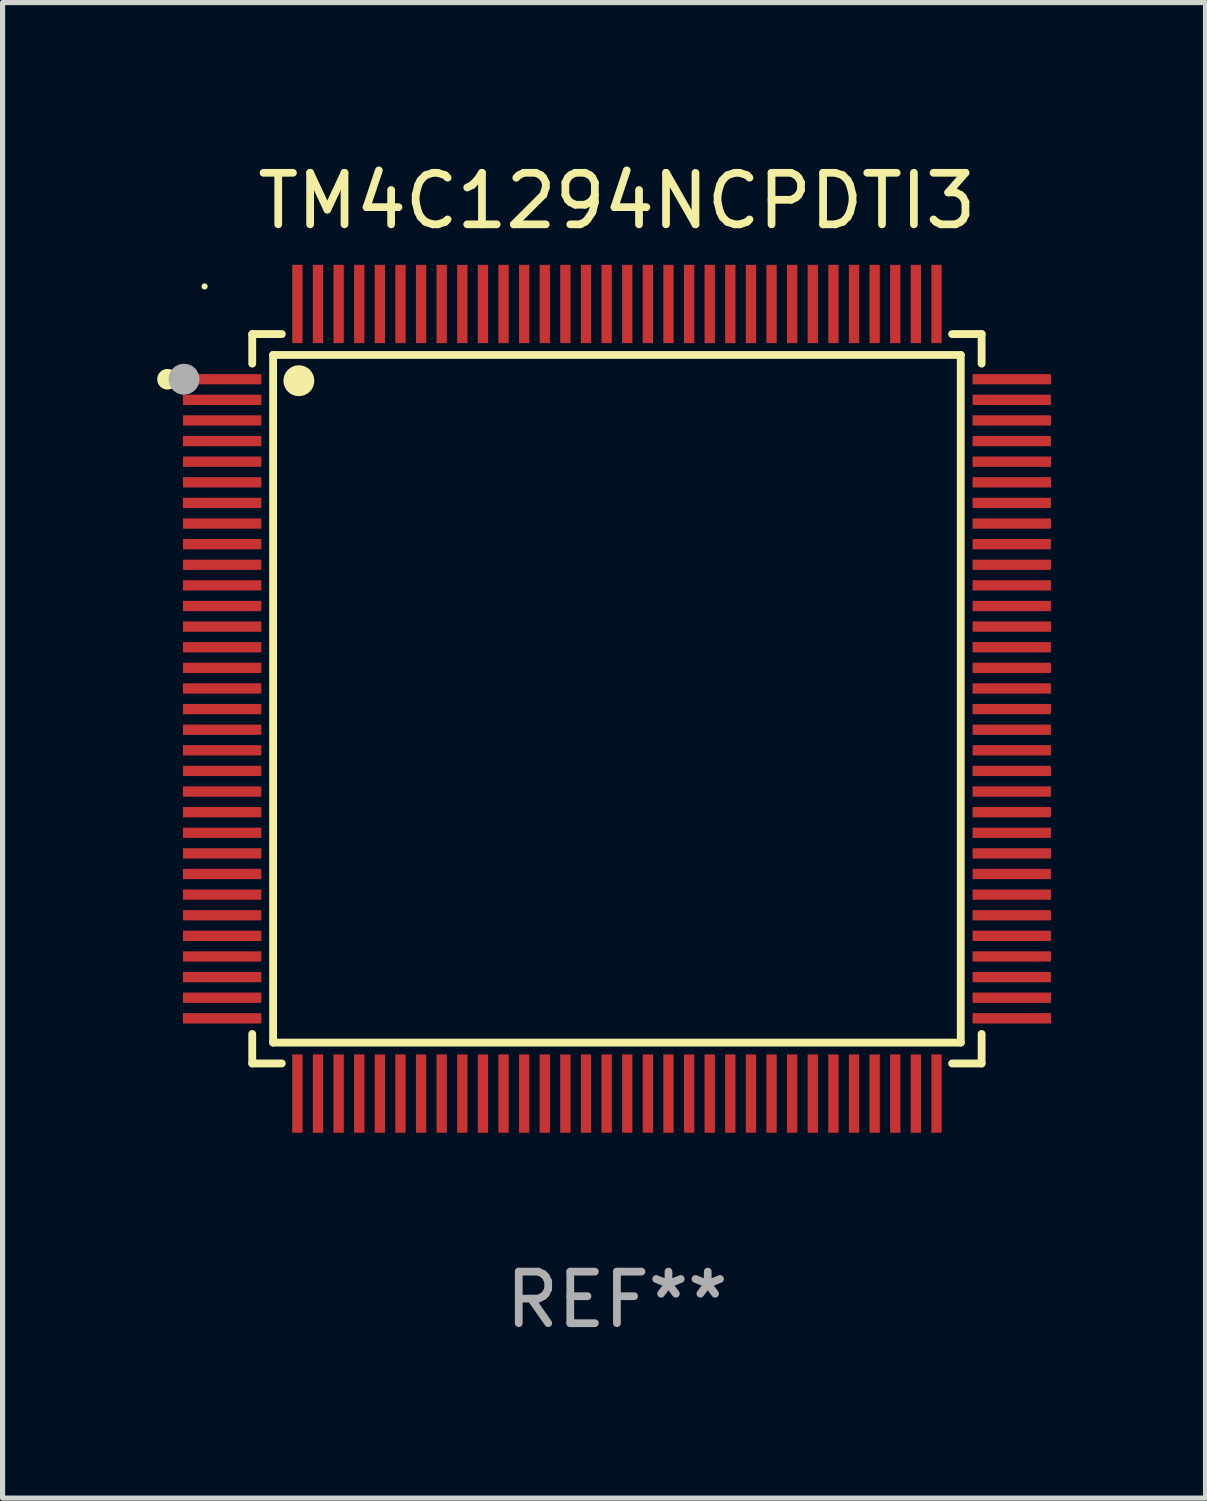
<source format=kicad_pcb>
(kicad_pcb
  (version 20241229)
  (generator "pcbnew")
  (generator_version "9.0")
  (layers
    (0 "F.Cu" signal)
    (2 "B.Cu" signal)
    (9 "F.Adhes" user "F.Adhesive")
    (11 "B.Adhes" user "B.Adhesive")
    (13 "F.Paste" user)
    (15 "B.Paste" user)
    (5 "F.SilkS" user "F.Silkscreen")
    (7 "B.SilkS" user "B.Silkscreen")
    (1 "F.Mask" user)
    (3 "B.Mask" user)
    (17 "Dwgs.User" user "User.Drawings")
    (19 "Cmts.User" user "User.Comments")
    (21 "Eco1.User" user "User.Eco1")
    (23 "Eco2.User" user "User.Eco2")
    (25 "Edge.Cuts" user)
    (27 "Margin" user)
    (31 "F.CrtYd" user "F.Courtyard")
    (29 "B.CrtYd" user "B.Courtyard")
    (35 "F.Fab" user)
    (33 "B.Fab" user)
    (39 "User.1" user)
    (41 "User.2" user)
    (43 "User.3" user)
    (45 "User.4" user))
  (footprint "TM4C1294NCPDTI3"
    (layer "F.Cu")
    (at 8.92 10.508)
    (property "Reference" "TM4C1294NCPDTI3" (at 0 -9.66 0) (layer "F.SilkS") (effects (font (size 1 1) (thickness 0.15))))
    (attr through_hole)
    (fp_line (start -7.076 -7.076) (end -7.076 -6.502) (stroke (width 0.152) (type solid)) (layer "F.SilkS"))
    (fp_line (start -7.076 7.076) (end -7.076 6.503) (stroke (width 0.152) (type solid)) (layer "F.SilkS"))
    (fp_line (start -6.671 -6.671) (end 6.671 -6.671) (stroke (width 0.152) (type solid)) (layer "F.SilkS"))
    (fp_line (start -6.671 6.671) (end -6.671 -6.671) (stroke (width 0.152) (type solid)) (layer "F.SilkS"))
    (fp_line (start -6.502 -7.076) (end -7.076 -7.076) (stroke (width 0.152) (type solid)) (layer "F.SilkS"))
    (fp_line (start -6.502 7.076) (end -7.076 7.076) (stroke (width 0.152) (type solid)) (layer "F.SilkS"))
    (fp_line (start 6.503 -7.076) (end 7.076 -7.076) (stroke (width 0.152) (type solid)) (layer "F.SilkS"))
    (fp_line (start 6.503 7.076) (end 7.076 7.076) (stroke (width 0.152) (type solid)) (layer "F.SilkS"))
    (fp_line (start 6.671 -6.671) (end 6.671 6.671) (stroke (width 0.152) (type solid)) (layer "F.SilkS"))
    (fp_line (start 6.671 6.671) (end -6.671 6.671) (stroke (width 0.152) (type solid)) (layer "F.SilkS"))
    (fp_line (start 7.076 -7.076) (end 7.076 -6.502) (stroke (width 0.152) (type solid)) (layer "F.SilkS"))
    (fp_line (start 7.076 7.076) (end 7.076 6.503) (stroke (width 0.152) (type solid)) (layer "F.SilkS"))
    (fp_circle (center -8.72 -6.2) (end -8.62 -6.2) (stroke (width 0.2) (type solid)) (fill no) (layer "F.SilkS"))
    (fp_circle (center -8 -8) (end -7.97 -8) (stroke (width 0.06) (type solid)) (fill no) (layer "F.SilkS"))
    (fp_circle (center -6.171 -6.171) (end -6.021 -6.171) (stroke (width 0.3) (type solid)) (fill no) (layer "F.SilkS"))
    (fp_circle (center -8.4 -6.2) (end -8.25 -6.2) (stroke (width 0.3) (type solid)) (fill no) (layer "F.Fab"))
    (fp_text user "REF**" (at 0 11.66 0) (layer "F.Fab") (effects (font (size 1 1) (thickness 0.15))))
    (pad "1" smd rect (at -7.66 -6.2 270) (size 0.2 1.52) (layers "F.Cu" "F.Mask" "F.Paste"))
    (pad "2" smd rect (at -7.66 -5.8 270) (size 0.2 1.52) (layers "F.Cu" "F.Mask" "F.Paste"))
    (pad "3" smd rect (at -7.66 -5.4 270) (size 0.2 1.52) (layers "F.Cu" "F.Mask" "F.Paste"))
    (pad "4" smd rect (at -7.66 -5 270) (size 0.2 1.52) (layers "F.Cu" "F.Mask" "F.Paste"))
    (pad "5" smd rect (at -7.66 -4.6 270) (size 0.2 1.52) (layers "F.Cu" "F.Mask" "F.Paste"))
    (pad "6" smd rect (at -7.66 -4.2 270) (size 0.2 1.52) (layers "F.Cu" "F.Mask" "F.Paste"))
    (pad "7" smd rect (at -7.66 -3.8 270) (size 0.2 1.52) (layers "F.Cu" "F.Mask" "F.Paste"))
    (pad "8" smd rect (at -7.66 -3.4 270) (size 0.2 1.52) (layers "F.Cu" "F.Mask" "F.Paste"))
    (pad "9" smd rect (at -7.66 -3 270) (size 0.2 1.52) (layers "F.Cu" "F.Mask" "F.Paste"))
    (pad "10" smd rect (at -7.66 -2.6 270) (size 0.2 1.52) (layers "F.Cu" "F.Mask" "F.Paste"))
    (pad "11" smd rect (at -7.66 -2.2 270) (size 0.2 1.52) (layers "F.Cu" "F.Mask" "F.Paste"))
    (pad "12" smd rect (at -7.66 -1.8 270) (size 0.2 1.52) (layers "F.Cu" "F.Mask" "F.Paste"))
    (pad "13" smd rect (at -7.66 -1.4 270) (size 0.2 1.52) (layers "F.Cu" "F.Mask" "F.Paste"))
    (pad "14" smd rect (at -7.66 -1 270) (size 0.2 1.52) (layers "F.Cu" "F.Mask" "F.Paste"))
    (pad "15" smd rect (at -7.66 -0.6 270) (size 0.2 1.52) (layers "F.Cu" "F.Mask" "F.Paste"))
    (pad "16" smd rect (at -7.66 -0.2 270) (size 0.2 1.52) (layers "F.Cu" "F.Mask" "F.Paste"))
    (pad "17" smd rect (at -7.66 0.2 270) (size 0.2 1.52) (layers "F.Cu" "F.Mask" "F.Paste"))
    (pad "18" smd rect (at -7.66 0.6 270) (size 0.2 1.52) (layers "F.Cu" "F.Mask" "F.Paste"))
    (pad "19" smd rect (at -7.66 1 270) (size 0.2 1.52) (layers "F.Cu" "F.Mask" "F.Paste"))
    (pad "20" smd rect (at -7.66 1.4 270) (size 0.2 1.52) (layers "F.Cu" "F.Mask" "F.Paste"))
    (pad "21" smd rect (at -7.66 1.8 270) (size 0.2 1.52) (layers "F.Cu" "F.Mask" "F.Paste"))
    (pad "22" smd rect (at -7.66 2.2 270) (size 0.2 1.52) (layers "F.Cu" "F.Mask" "F.Paste"))
    (pad "23" smd rect (at -7.66 2.6 270) (size 0.2 1.52) (layers "F.Cu" "F.Mask" "F.Paste"))
    (pad "24" smd rect (at -7.66 3 270) (size 0.2 1.52) (layers "F.Cu" "F.Mask" "F.Paste"))
    (pad "25" smd rect (at -7.66 3.4 270) (size 0.2 1.52) (layers "F.Cu" "F.Mask" "F.Paste"))
    (pad "26" smd rect (at -7.66 3.8 270) (size 0.2 1.52) (layers "F.Cu" "F.Mask" "F.Paste"))
    (pad "27" smd rect (at -7.66 4.2 270) (size 0.2 1.52) (layers "F.Cu" "F.Mask" "F.Paste"))
    (pad "28" smd rect (at -7.66 4.6 270) (size 0.2 1.52) (layers "F.Cu" "F.Mask" "F.Paste"))
    (pad "29" smd rect (at -7.66 5 270) (size 0.2 1.52) (layers "F.Cu" "F.Mask" "F.Paste"))
    (pad "30" smd rect (at -7.66 5.4 270) (size 0.2 1.52) (layers "F.Cu" "F.Mask" "F.Paste"))
    (pad "31" smd rect (at -7.66 5.8 270) (size 0.2 1.52) (layers "F.Cu" "F.Mask" "F.Paste"))
    (pad "32" smd rect (at -7.66 6.2 270) (size 0.2 1.52) (layers "F.Cu" "F.Mask" "F.Paste"))
    (pad "33" smd rect (at -6.2 7.66 270) (size 1.52 0.2) (layers "F.Cu" "F.Mask" "F.Paste"))
    (pad "34" smd rect (at -5.8 7.66 270) (size 1.52 0.2) (layers "F.Cu" "F.Mask" "F.Paste"))
    (pad "35" smd rect (at -5.4 7.66 270) (size 1.52 0.2) (layers "F.Cu" "F.Mask" "F.Paste"))
    (pad "36" smd rect (at -5 7.66 270) (size 1.52 0.2) (layers "F.Cu" "F.Mask" "F.Paste"))
    (pad "37" smd rect (at -4.6 7.66 270) (size 1.52 0.2) (layers "F.Cu" "F.Mask" "F.Paste"))
    (pad "38" smd rect (at -4.2 7.66 270) (size 1.52 0.2) (layers "F.Cu" "F.Mask" "F.Paste"))
    (pad "39" smd rect (at -3.8 7.66 270) (size 1.52 0.2) (layers "F.Cu" "F.Mask" "F.Paste"))
    (pad "40" smd rect (at -3.4 7.66 270) (size 1.52 0.2) (layers "F.Cu" "F.Mask" "F.Paste"))
    (pad "41" smd rect (at -3 7.66 270) (size 1.52 0.2) (layers "F.Cu" "F.Mask" "F.Paste"))
    (pad "42" smd rect (at -2.6 7.66 270) (size 1.52 0.2) (layers "F.Cu" "F.Mask" "F.Paste"))
    (pad "43" smd rect (at -2.2 7.66 270) (size 1.52 0.2) (layers "F.Cu" "F.Mask" "F.Paste"))
    (pad "44" smd rect (at -1.8 7.66 270) (size 1.52 0.2) (layers "F.Cu" "F.Mask" "F.Paste"))
    (pad "45" smd rect (at -1.4 7.66 270) (size 1.52 0.2) (layers "F.Cu" "F.Mask" "F.Paste"))
    (pad "46" smd rect (at -1 7.66 270) (size 1.52 0.2) (layers "F.Cu" "F.Mask" "F.Paste"))
    (pad "47" smd rect (at -0.6 7.66 270) (size 1.52 0.2) (layers "F.Cu" "F.Mask" "F.Paste"))
    (pad "48" smd rect (at -0.2 7.66 270) (size 1.52 0.2) (layers "F.Cu" "F.Mask" "F.Paste"))
    (pad "49" smd rect (at 0.2 7.66 270) (size 1.52 0.2) (layers "F.Cu" "F.Mask" "F.Paste"))
    (pad "50" smd rect (at 0.6 7.66 270) (size 1.52 0.2) (layers "F.Cu" "F.Mask" "F.Paste"))
    (pad "51" smd rect (at 1 7.66 270) (size 1.52 0.2) (layers "F.Cu" "F.Mask" "F.Paste"))
    (pad "52" smd rect (at 1.4 7.66 270) (size 1.52 0.2) (layers "F.Cu" "F.Mask" "F.Paste"))
    (pad "53" smd rect (at 1.8 7.66 270) (size 1.52 0.2) (layers "F.Cu" "F.Mask" "F.Paste"))
    (pad "54" smd rect (at 2.2 7.66 270) (size 1.52 0.2) (layers "F.Cu" "F.Mask" "F.Paste"))
    (pad "55" smd rect (at 2.6 7.66 270) (size 1.52 0.2) (layers "F.Cu" "F.Mask" "F.Paste"))
    (pad "56" smd rect (at 3 7.66 270) (size 1.52 0.2) (layers "F.Cu" "F.Mask" "F.Paste"))
    (pad "57" smd rect (at 3.4 7.66 270) (size 1.52 0.2) (layers "F.Cu" "F.Mask" "F.Paste"))
    (pad "58" smd rect (at 3.8 7.66 270) (size 1.52 0.2) (layers "F.Cu" "F.Mask" "F.Paste"))
    (pad "59" smd rect (at 4.2 7.66 270) (size 1.52 0.2) (layers "F.Cu" "F.Mask" "F.Paste"))
    (pad "60" smd rect (at 4.6 7.66 270) (size 1.52 0.2) (layers "F.Cu" "F.Mask" "F.Paste"))
    (pad "61" smd rect (at 5 7.66 270) (size 1.52 0.2) (layers "F.Cu" "F.Mask" "F.Paste"))
    (pad "62" smd rect (at 5.4 7.66 270) (size 1.52 0.2) (layers "F.Cu" "F.Mask" "F.Paste"))
    (pad "63" smd rect (at 5.8 7.66 270) (size 1.52 0.2) (layers "F.Cu" "F.Mask" "F.Paste"))
    (pad "64" smd rect (at 6.2 7.66 270) (size 1.52 0.2) (layers "F.Cu" "F.Mask" "F.Paste"))
    (pad "65" smd rect (at 7.66 6.2 270) (size 0.2 1.52) (layers "F.Cu" "F.Mask" "F.Paste"))
    (pad "66" smd rect (at 7.66 5.8 270) (size 0.2 1.52) (layers "F.Cu" "F.Mask" "F.Paste"))
    (pad "67" smd rect (at 7.66 5.4 270) (size 0.2 1.52) (layers "F.Cu" "F.Mask" "F.Paste"))
    (pad "68" smd rect (at 7.66 5 270) (size 0.2 1.52) (layers "F.Cu" "F.Mask" "F.Paste"))
    (pad "69" smd rect (at 7.66 4.6 270) (size 0.2 1.52) (layers "F.Cu" "F.Mask" "F.Paste"))
    (pad "70" smd rect (at 7.66 4.2 270) (size 0.2 1.52) (layers "F.Cu" "F.Mask" "F.Paste"))
    (pad "71" smd rect (at 7.66 3.8 270) (size 0.2 1.52) (layers "F.Cu" "F.Mask" "F.Paste"))
    (pad "72" smd rect (at 7.66 3.4 270) (size 0.2 1.52) (layers "F.Cu" "F.Mask" "F.Paste"))
    (pad "73" smd rect (at 7.66 3 270) (size 0.2 1.52) (layers "F.Cu" "F.Mask" "F.Paste"))
    (pad "74" smd rect (at 7.66 2.6 270) (size 0.2 1.52) (layers "F.Cu" "F.Mask" "F.Paste"))
    (pad "75" smd rect (at 7.66 2.2 270) (size 0.2 1.52) (layers "F.Cu" "F.Mask" "F.Paste"))
    (pad "76" smd rect (at 7.66 1.8 270) (size 0.2 1.52) (layers "F.Cu" "F.Mask" "F.Paste"))
    (pad "77" smd rect (at 7.66 1.4 270) (size 0.2 1.52) (layers "F.Cu" "F.Mask" "F.Paste"))
    (pad "78" smd rect (at 7.66 1 270) (size 0.2 1.52) (layers "F.Cu" "F.Mask" "F.Paste"))
    (pad "79" smd rect (at 7.66 0.6 270) (size 0.2 1.52) (layers "F.Cu" "F.Mask" "F.Paste"))
    (pad "80" smd rect (at 7.66 0.2 270) (size 0.2 1.52) (layers "F.Cu" "F.Mask" "F.Paste"))
    (pad "81" smd rect (at 7.66 -0.2 270) (size 0.2 1.52) (layers "F.Cu" "F.Mask" "F.Paste"))
    (pad "82" smd rect (at 7.66 -0.6 270) (size 0.2 1.52) (layers "F.Cu" "F.Mask" "F.Paste"))
    (pad "83" smd rect (at 7.66 -1 270) (size 0.2 1.52) (layers "F.Cu" "F.Mask" "F.Paste"))
    (pad "84" smd rect (at 7.66 -1.4 270) (size 0.2 1.52) (layers "F.Cu" "F.Mask" "F.Paste"))
    (pad "85" smd rect (at 7.66 -1.8 270) (size 0.2 1.52) (layers "F.Cu" "F.Mask" "F.Paste"))
    (pad "86" smd rect (at 7.66 -2.2 270) (size 0.2 1.52) (layers "F.Cu" "F.Mask" "F.Paste"))
    (pad "87" smd rect (at 7.66 -2.6 270) (size 0.2 1.52) (layers "F.Cu" "F.Mask" "F.Paste"))
    (pad "88" smd rect (at 7.66 -3 270) (size 0.2 1.52) (layers "F.Cu" "F.Mask" "F.Paste"))
    (pad "89" smd rect (at 7.66 -3.4 270) (size 0.2 1.52) (layers "F.Cu" "F.Mask" "F.Paste"))
    (pad "90" smd rect (at 7.66 -3.8 270) (size 0.2 1.52) (layers "F.Cu" "F.Mask" "F.Paste"))
    (pad "91" smd rect (at 7.66 -4.2 270) (size 0.2 1.52) (layers "F.Cu" "F.Mask" "F.Paste"))
    (pad "92" smd rect (at 7.66 -4.6 270) (size 0.2 1.52) (layers "F.Cu" "F.Mask" "F.Paste"))
    (pad "93" smd rect (at 7.66 -5 270) (size 0.2 1.52) (layers "F.Cu" "F.Mask" "F.Paste"))
    (pad "94" smd rect (at 7.66 -5.4 270) (size 0.2 1.52) (layers "F.Cu" "F.Mask" "F.Paste"))
    (pad "95" smd rect (at 7.66 -5.8 270) (size 0.2 1.52) (layers "F.Cu" "F.Mask" "F.Paste"))
    (pad "96" smd rect (at 7.66 -6.2 270) (size 0.2 1.52) (layers "F.Cu" "F.Mask" "F.Paste"))
    (pad "97" smd rect (at 6.2 -7.66 270) (size 1.52 0.2) (layers "F.Cu" "F.Mask" "F.Paste"))
    (pad "98" smd rect (at 5.8 -7.66 270) (size 1.52 0.2) (layers "F.Cu" "F.Mask" "F.Paste"))
    (pad "99" smd rect (at 5.4 -7.66 270) (size 1.52 0.2) (layers "F.Cu" "F.Mask" "F.Paste"))
    (pad "100" smd rect (at 5 -7.66 270) (size 1.52 0.2) (layers "F.Cu" "F.Mask" "F.Paste"))
    (pad "101" smd rect (at 4.6 -7.66 270) (size 1.52 0.2) (layers "F.Cu" "F.Mask" "F.Paste"))
    (pad "102" smd rect (at 4.2 -7.66 270) (size 1.52 0.2) (layers "F.Cu" "F.Mask" "F.Paste"))
    (pad "103" smd rect (at 3.8 -7.66 270) (size 1.52 0.2) (layers "F.Cu" "F.Mask" "F.Paste"))
    (pad "104" smd rect (at 3.4 -7.66 270) (size 1.52 0.2) (layers "F.Cu" "F.Mask" "F.Paste"))
    (pad "105" smd rect (at 3 -7.66 270) (size 1.52 0.2) (layers "F.Cu" "F.Mask" "F.Paste"))
    (pad "106" smd rect (at 2.6 -7.66 270) (size 1.52 0.2) (layers "F.Cu" "F.Mask" "F.Paste"))
    (pad "107" smd rect (at 2.2 -7.66 270) (size 1.52 0.2) (layers "F.Cu" "F.Mask" "F.Paste"))
    (pad "108" smd rect (at 1.8 -7.66 270) (size 1.52 0.2) (layers "F.Cu" "F.Mask" "F.Paste"))
    (pad "109" smd rect (at 1.4 -7.66 270) (size 1.52 0.2) (layers "F.Cu" "F.Mask" "F.Paste"))
    (pad "110" smd rect (at 1 -7.66 270) (size 1.52 0.2) (layers "F.Cu" "F.Mask" "F.Paste"))
    (pad "111" smd rect (at 0.6 -7.66 270) (size 1.52 0.2) (layers "F.Cu" "F.Mask" "F.Paste"))
    (pad "112" smd rect (at 0.2 -7.66 270) (size 1.52 0.2) (layers "F.Cu" "F.Mask" "F.Paste"))
    (pad "113" smd rect (at -0.2 -7.66 270) (size 1.52 0.2) (layers "F.Cu" "F.Mask" "F.Paste"))
    (pad "114" smd rect (at -0.6 -7.66 270) (size 1.52 0.2) (layers "F.Cu" "F.Mask" "F.Paste"))
    (pad "115" smd rect (at -1 -7.66 270) (size 1.52 0.2) (layers "F.Cu" "F.Mask" "F.Paste"))
    (pad "116" smd rect (at -1.4 -7.66 270) (size 1.52 0.2) (layers "F.Cu" "F.Mask" "F.Paste"))
    (pad "117" smd rect (at -1.8 -7.66 270) (size 1.52 0.2) (layers "F.Cu" "F.Mask" "F.Paste"))
    (pad "118" smd rect (at -2.2 -7.66 270) (size 1.52 0.2) (layers "F.Cu" "F.Mask" "F.Paste"))
    (pad "119" smd rect (at -2.6 -7.66 270) (size 1.52 0.2) (layers "F.Cu" "F.Mask" "F.Paste"))
    (pad "120" smd rect (at -3 -7.66 270) (size 1.52 0.2) (layers "F.Cu" "F.Mask" "F.Paste"))
    (pad "121" smd rect (at -3.4 -7.66 270) (size 1.52 0.2) (layers "F.Cu" "F.Mask" "F.Paste"))
    (pad "122" smd rect (at -3.8 -7.66 270) (size 1.52 0.2) (layers "F.Cu" "F.Mask" "F.Paste"))
    (pad "123" smd rect (at -4.2 -7.66 270) (size 1.52 0.2) (layers "F.Cu" "F.Mask" "F.Paste"))
    (pad "124" smd rect (at -4.6 -7.66 270) (size 1.52 0.2) (layers "F.Cu" "F.Mask" "F.Paste"))
    (pad "125" smd rect (at -5 -7.66 270) (size 1.52 0.2) (layers "F.Cu" "F.Mask" "F.Paste"))
    (pad "126" smd rect (at -5.4 -7.66 270) (size 1.52 0.2) (layers "F.Cu" "F.Mask" "F.Paste"))
    (pad "127" smd rect (at -5.8 -7.66 270) (size 1.52 0.2) (layers "F.Cu" "F.Mask" "F.Paste"))
    (pad "128" smd rect (at -6.2 -7.66 270) (size 1.52 0.2) (layers "F.Cu" "F.Mask" "F.Paste")))
  (gr_rect
    (start -3 -3)
    (end 20.34 26.017)
    (stroke (width 0.1) (type default))
    (fill no)
    (layer "Edge.Cuts")))
</source>
